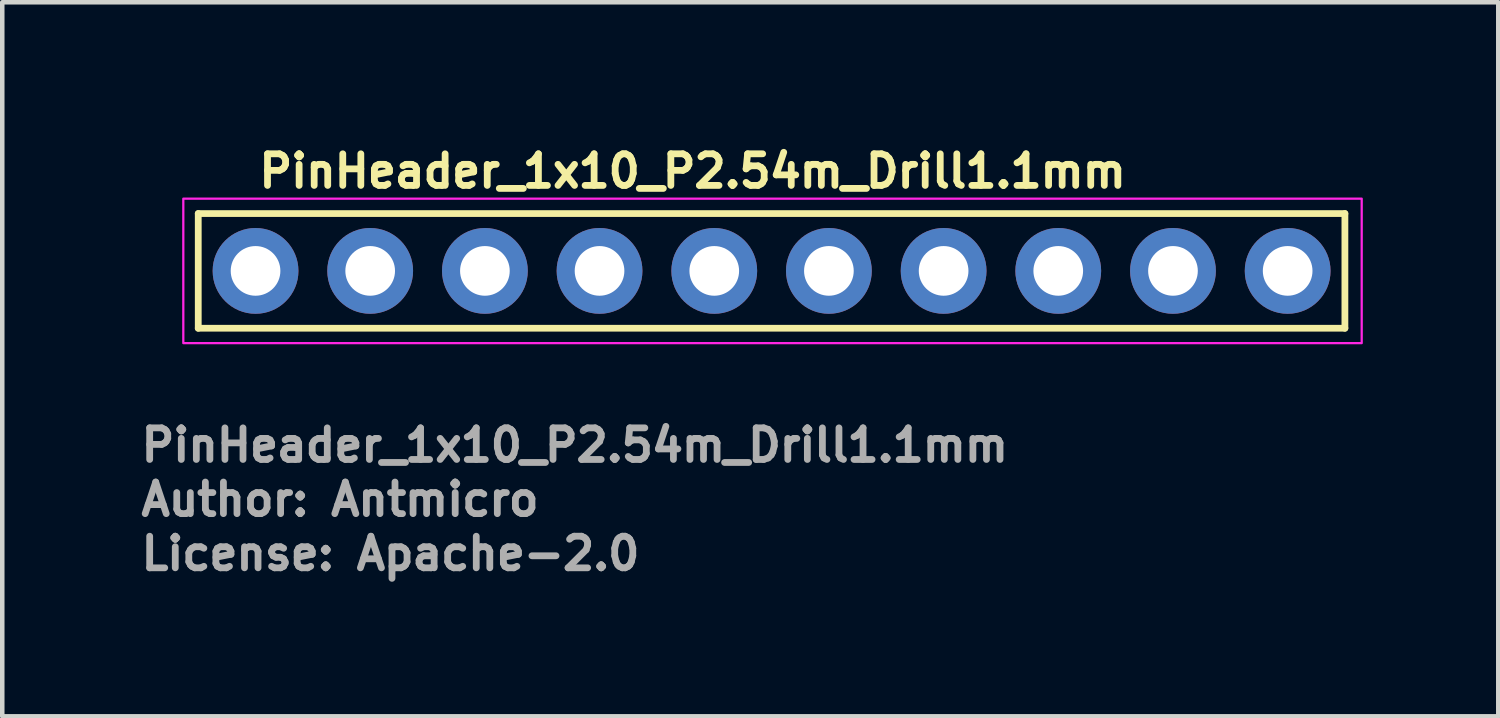
<source format=kicad_pcb>
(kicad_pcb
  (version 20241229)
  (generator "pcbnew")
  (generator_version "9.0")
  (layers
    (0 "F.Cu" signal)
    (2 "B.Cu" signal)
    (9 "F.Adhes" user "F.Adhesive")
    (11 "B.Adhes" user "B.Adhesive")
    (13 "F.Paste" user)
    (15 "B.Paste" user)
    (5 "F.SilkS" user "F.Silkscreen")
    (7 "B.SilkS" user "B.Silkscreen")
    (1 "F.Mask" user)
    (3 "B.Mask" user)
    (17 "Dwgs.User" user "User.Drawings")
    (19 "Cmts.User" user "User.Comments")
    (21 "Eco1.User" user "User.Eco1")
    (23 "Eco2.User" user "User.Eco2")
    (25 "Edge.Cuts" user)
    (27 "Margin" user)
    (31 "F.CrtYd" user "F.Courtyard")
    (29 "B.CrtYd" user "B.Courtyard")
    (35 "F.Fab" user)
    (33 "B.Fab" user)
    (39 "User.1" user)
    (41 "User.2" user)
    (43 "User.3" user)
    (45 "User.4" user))
  (footprint "PinHeader_1x10_P2.54m_Drill1.1mm"
    (layer "F.Cu")
    (at 2.61 2.95)
    (property "Reference" "PinHeader_1x10_P2.54m_Drill1.1mm" (at 0 -1.8 0) (layer "F.SilkS") (effects (font (size 0.7 0.7) (thickness 0.15)) (justify left bottom)))
    (attr through_hole)
    (fp_line (start -1.269 -1.27) (end -1.269 1.27) (stroke (width 0.15) (type solid)) (layer "F.SilkS"))
    (fp_line (start -1.269 1.27) (end 24.128 1.27) (stroke (width 0.15) (type solid)) (layer "F.SilkS"))
    (fp_line (start 24.128 -1.27) (end -1.269 -1.27) (stroke (width 0.15) (type solid)) (layer "F.SilkS"))
    (fp_line (start 24.128 1.27) (end 24.128 -1.27) (stroke (width 0.15) (type solid)) (layer "F.SilkS"))
    (fp_rect (start -1.6 -1.6) (end 24.5 1.6) (stroke (width 0.05) (type solid)) (fill no) (layer "F.CrtYd"))
    (fp_rect (start -1.269 -1.27) (end 24.128 1.27) (stroke (width 0.1) (type solid)) (fill no) (layer "User.5"))
    (fp_line (start -1.269 0.77) (end -1.269 -0.77) (stroke (width 0.02) (type solid)) (layer "User.9"))
    (fp_line (start -1.269 0.77) (end -1.019 1.27) (stroke (width 0.02) (type solid)) (layer "User.9"))
    (fp_line (start -1.019 -1.27) (end -1.269 -0.77) (stroke (width 0.02) (type solid)) (layer "User.9"))
    (fp_line (start -0.32 -0.32) (end -0.12 -0.12) (stroke (width 0.02) (type solid)) (layer "User.9"))
    (fp_line (start -0.32 -0.32) (end 0.32 -0.32) (stroke (width 0.02) (type solid)) (layer "User.9"))
    (fp_line (start -0.32 0.32) (end -0.32 -0.32) (stroke (width 0.02) (type solid)) (layer "User.9"))
    (fp_line (start -0.12 -0.12) (end -0.12 0.12) (stroke (width 0.02) (type solid)) (layer "User.9"))
    (fp_line (start -0.12 0.12) (end -0.32 0.32) (stroke (width 0.02) (type solid)) (layer "User.9"))
    (fp_line (start -0.12 0.12) (end 0.119 0.12) (stroke (width 0.02) (type solid)) (layer "User.9"))
    (fp_line (start 0.119 -0.12) (end -0.12 -0.12) (stroke (width 0.02) (type solid)) (layer "User.9"))
    (fp_line (start 0.119 -0.12) (end 0.32 -0.32) (stroke (width 0.02) (type solid)) (layer "User.9"))
    (fp_line (start 0.119 0.12) (end 0.119 -0.12) (stroke (width 0.02) (type solid)) (layer "User.9"))
    (fp_line (start 0.119 0.12) (end 0.32 0.32) (stroke (width 0.02) (type solid)) (layer "User.9"))
    (fp_line (start 0.32 -0.32) (end 0.32 0.32) (stroke (width 0.02) (type solid)) (layer "User.9"))
    (fp_line (start 0.32 0.32) (end -0.32 0.32) (stroke (width 0.02) (type solid)) (layer "User.9"))
    (fp_line (start 1.019 -1.27) (end -1.019 -1.27) (stroke (width 0.02) (type solid)) (layer "User.9"))
    (fp_line (start 1.019 1.27) (end -1.019 1.27) (stroke (width 0.02) (type solid)) (layer "User.9"))
    (fp_line (start 1.019 1.27) (end 1.269 0.77) (stroke (width 0.02) (type solid)) (layer "User.9"))
    (fp_line (start 1.269 -0.77) (end 1.019 -1.27) (stroke (width 0.02) (type solid)) (layer "User.9"))
    (fp_line (start 1.269 0.77) (end 1.519 1.27) (stroke (width 0.02) (type solid)) (layer "User.9"))
    (fp_line (start 1.519 -1.27) (end 1.269 -0.77) (stroke (width 0.02) (type solid)) (layer "User.9"))
    (fp_line (start 2.219 -0.32) (end 2.42 -0.12) (stroke (width 0.02) (type solid)) (layer "User.9"))
    (fp_line (start 2.219 -0.32) (end 2.859 -0.32) (stroke (width 0.02) (type solid)) (layer "User.9"))
    (fp_line (start 2.219 0.32) (end 2.219 -0.32) (stroke (width 0.02) (type solid)) (layer "User.9"))
    (fp_line (start 2.42 -0.12) (end 2.42 0.12) (stroke (width 0.02) (type solid)) (layer "User.9"))
    (fp_line (start 2.42 0.12) (end 2.219 0.32) (stroke (width 0.02) (type solid)) (layer "User.9"))
    (fp_line (start 2.42 0.12) (end 2.66 0.12) (stroke (width 0.02) (type solid)) (layer "User.9"))
    (fp_line (start 2.66 -0.12) (end 2.42 -0.12) (stroke (width 0.02) (type solid)) (layer "User.9"))
    (fp_line (start 2.66 -0.12) (end 2.859 -0.32) (stroke (width 0.02) (type solid)) (layer "User.9"))
    (fp_line (start 2.66 0.12) (end 2.66 -0.12) (stroke (width 0.02) (type solid)) (layer "User.9"))
    (fp_line (start 2.66 0.12) (end 2.859 0.32) (stroke (width 0.02) (type solid)) (layer "User.9"))
    (fp_line (start 2.859 -0.32) (end 2.859 0.32) (stroke (width 0.02) (type solid)) (layer "User.9"))
    (fp_line (start 2.859 0.32) (end 2.219 0.32) (stroke (width 0.02) (type solid)) (layer "User.9"))
    (fp_line (start 3.559 -1.27) (end 1.519 -1.27) (stroke (width 0.02) (type solid)) (layer "User.9"))
    (fp_line (start 3.559 1.27) (end 1.519 1.27) (stroke (width 0.02) (type solid)) (layer "User.9"))
    (fp_line (start 3.559 1.27) (end 3.809 0.77) (stroke (width 0.02) (type solid)) (layer "User.9"))
    (fp_line (start 3.809 -0.77) (end 3.559 -1.27) (stroke (width 0.02) (type solid)) (layer "User.9"))
    (fp_line (start 3.809 0.77) (end 4.059 1.27) (stroke (width 0.02) (type solid)) (layer "User.9"))
    (fp_line (start 4.059 -1.27) (end 3.809 -0.77) (stroke (width 0.02) (type solid)) (layer "User.9"))
    (fp_line (start 4.76 -0.32) (end 4.96 -0.12) (stroke (width 0.02) (type solid)) (layer "User.9"))
    (fp_line (start 4.76 -0.32) (end 5.399 -0.32) (stroke (width 0.02) (type solid)) (layer "User.9"))
    (fp_line (start 4.76 0.32) (end 4.76 -0.32) (stroke (width 0.02) (type solid)) (layer "User.9"))
    (fp_line (start 4.96 -0.12) (end 4.96 0.12) (stroke (width 0.02) (type solid)) (layer "User.9"))
    (fp_line (start 4.96 0.12) (end 4.76 0.32) (stroke (width 0.02) (type solid)) (layer "User.9"))
    (fp_line (start 4.96 0.12) (end 5.199 0.12) (stroke (width 0.02) (type solid)) (layer "User.9"))
    (fp_line (start 5.199 -0.12) (end 4.96 -0.12) (stroke (width 0.02) (type solid)) (layer "User.9"))
    (fp_line (start 5.199 -0.12) (end 5.399 -0.32) (stroke (width 0.02) (type solid)) (layer "User.9"))
    (fp_line (start 5.199 0.12) (end 5.199 -0.12) (stroke (width 0.02) (type solid)) (layer "User.9"))
    (fp_line (start 5.199 0.12) (end 5.399 0.32) (stroke (width 0.02) (type solid)) (layer "User.9"))
    (fp_line (start 5.399 -0.32) (end 5.399 0.32) (stroke (width 0.02) (type solid)) (layer "User.9"))
    (fp_line (start 5.399 0.32) (end 4.76 0.32) (stroke (width 0.02) (type solid)) (layer "User.9"))
    (fp_line (start 6.099 -1.27) (end 4.059 -1.27) (stroke (width 0.02) (type solid)) (layer "User.9"))
    (fp_line (start 6.099 1.27) (end 4.059 1.27) (stroke (width 0.02) (type solid)) (layer "User.9"))
    (fp_line (start 6.099 1.27) (end 6.349 0.77) (stroke (width 0.02) (type solid)) (layer "User.9"))
    (fp_line (start 6.349 -0.77) (end 6.099 -1.27) (stroke (width 0.02) (type solid)) (layer "User.9"))
    (fp_line (start 6.349 0.77) (end 6.599 1.27) (stroke (width 0.02) (type solid)) (layer "User.9"))
    (fp_line (start 6.599 -1.27) (end 6.349 -0.77) (stroke (width 0.02) (type solid)) (layer "User.9"))
    (fp_line (start 7.3 -0.32) (end 7.5 -0.12) (stroke (width 0.02) (type solid)) (layer "User.9"))
    (fp_line (start 7.3 -0.32) (end 7.939 -0.32) (stroke (width 0.02) (type solid)) (layer "User.9"))
    (fp_line (start 7.3 0.32) (end 7.3 -0.32) (stroke (width 0.02) (type solid)) (layer "User.9"))
    (fp_line (start 7.5 -0.12) (end 7.5 0.12) (stroke (width 0.02) (type solid)) (layer "User.9"))
    (fp_line (start 7.5 0.12) (end 7.3 0.32) (stroke (width 0.02) (type solid)) (layer "User.9"))
    (fp_line (start 7.5 0.12) (end 7.74 0.12) (stroke (width 0.02) (type solid)) (layer "User.9"))
    (fp_line (start 7.74 -0.12) (end 7.5 -0.12) (stroke (width 0.02) (type solid)) (layer "User.9"))
    (fp_line (start 7.74 -0.12) (end 7.939 -0.32) (stroke (width 0.02) (type solid)) (layer "User.9"))
    (fp_line (start 7.74 0.12) (end 7.74 -0.12) (stroke (width 0.02) (type solid)) (layer "User.9"))
    (fp_line (start 7.74 0.12) (end 7.939 0.32) (stroke (width 0.02) (type solid)) (layer "User.9"))
    (fp_line (start 7.939 -0.32) (end 7.939 0.32) (stroke (width 0.02) (type solid)) (layer "User.9"))
    (fp_line (start 7.939 0.32) (end 7.3 0.32) (stroke (width 0.02) (type solid)) (layer "User.9"))
    (fp_line (start 8.64 -1.27) (end 6.599 -1.27) (stroke (width 0.02) (type solid)) (layer "User.9"))
    (fp_line (start 8.64 1.27) (end 6.599 1.27) (stroke (width 0.02) (type solid)) (layer "User.9"))
    (fp_line (start 8.64 1.27) (end 8.89 0.77) (stroke (width 0.02) (type solid)) (layer "User.9"))
    (fp_line (start 8.89 -0.77) (end 8.64 -1.27) (stroke (width 0.02) (type solid)) (layer "User.9"))
    (fp_line (start 8.89 0.77) (end 9.14 1.27) (stroke (width 0.02) (type solid)) (layer "User.9"))
    (fp_line (start 9.14 -1.27) (end 8.89 -0.77) (stroke (width 0.02) (type solid)) (layer "User.9"))
    (fp_line (start 9.84 -0.32) (end 10.041 -0.12) (stroke (width 0.02) (type solid)) (layer "User.9"))
    (fp_line (start 9.84 -0.32) (end 10.481 -0.32) (stroke (width 0.02) (type solid)) (layer "User.9"))
    (fp_line (start 9.84 0.32) (end 9.84 -0.32) (stroke (width 0.02) (type solid)) (layer "User.9"))
    (fp_line (start 10.041 -0.12) (end 10.041 0.12) (stroke (width 0.02) (type solid)) (layer "User.9"))
    (fp_line (start 10.041 0.12) (end 9.84 0.32) (stroke (width 0.02) (type solid)) (layer "User.9"))
    (fp_line (start 10.041 0.12) (end 10.28 0.12) (stroke (width 0.02) (type solid)) (layer "User.9"))
    (fp_line (start 10.28 -0.12) (end 10.041 -0.12) (stroke (width 0.02) (type solid)) (layer "User.9"))
    (fp_line (start 10.28 -0.12) (end 10.481 -0.32) (stroke (width 0.02) (type solid)) (layer "User.9"))
    (fp_line (start 10.28 0.12) (end 10.28 -0.12) (stroke (width 0.02) (type solid)) (layer "User.9"))
    (fp_line (start 10.28 0.12) (end 10.481 0.32) (stroke (width 0.02) (type solid)) (layer "User.9"))
    (fp_line (start 10.481 -0.32) (end 10.481 0.32) (stroke (width 0.02) (type solid)) (layer "User.9"))
    (fp_line (start 10.481 0.32) (end 9.84 0.32) (stroke (width 0.02) (type solid)) (layer "User.9"))
    (fp_line (start 11.18 -1.27) (end 9.14 -1.27) (stroke (width 0.02) (type solid)) (layer "User.9"))
    (fp_line (start 11.18 1.27) (end 9.14 1.27) (stroke (width 0.02) (type solid)) (layer "User.9"))
    (fp_line (start 11.18 1.27) (end 11.43 0.77) (stroke (width 0.02) (type solid)) (layer "User.9"))
    (fp_line (start 11.43 -0.77) (end 11.18 -1.27) (stroke (width 0.02) (type solid)) (layer "User.9"))
    (fp_line (start 11.43 0.77) (end 11.68 1.27) (stroke (width 0.02) (type solid)) (layer "User.9"))
    (fp_line (start 11.68 -1.27) (end 11.43 -0.77) (stroke (width 0.02) (type solid)) (layer "User.9"))
    (fp_line (start 12.379 -0.32) (end 12.58 -0.12) (stroke (width 0.02) (type solid)) (layer "User.9"))
    (fp_line (start 12.379 -0.32) (end 13.02 -0.32) (stroke (width 0.02) (type solid)) (layer "User.9"))
    (fp_line (start 12.379 0.32) (end 12.379 -0.32) (stroke (width 0.02) (type solid)) (layer "User.9"))
    (fp_line (start 12.58 -0.12) (end 12.58 0.12) (stroke (width 0.02) (type solid)) (layer "User.9"))
    (fp_line (start 12.58 0.12) (end 12.379 0.32) (stroke (width 0.02) (type solid)) (layer "User.9"))
    (fp_line (start 12.58 0.12) (end 12.818 0.12) (stroke (width 0.02) (type solid)) (layer "User.9"))
    (fp_line (start 12.818 -0.12) (end 12.58 -0.12) (stroke (width 0.02) (type solid)) (layer "User.9"))
    (fp_line (start 12.818 -0.12) (end 13.02 -0.32) (stroke (width 0.02) (type solid)) (layer "User.9"))
    (fp_line (start 12.818 0.12) (end 12.818 -0.12) (stroke (width 0.02) (type solid)) (layer "User.9"))
    (fp_line (start 12.818 0.12) (end 13.02 0.32) (stroke (width 0.02) (type solid)) (layer "User.9"))
    (fp_line (start 13.02 -0.32) (end 13.02 0.32) (stroke (width 0.02) (type solid)) (layer "User.9"))
    (fp_line (start 13.02 0.32) (end 12.379 0.32) (stroke (width 0.02) (type solid)) (layer "User.9"))
    (fp_line (start 13.719 -1.27) (end 11.68 -1.27) (stroke (width 0.02) (type solid)) (layer "User.9"))
    (fp_line (start 13.719 1.27) (end 11.68 1.27) (stroke (width 0.02) (type solid)) (layer "User.9"))
    (fp_line (start 13.719 1.27) (end 13.969 0.77) (stroke (width 0.02) (type solid)) (layer "User.9"))
    (fp_line (start 13.969 -0.77) (end 13.719 -1.27) (stroke (width 0.02) (type solid)) (layer "User.9"))
    (fp_line (start 13.969 0.77) (end 14.219 1.27) (stroke (width 0.02) (type solid)) (layer "User.9"))
    (fp_line (start 14.219 -1.27) (end 13.969 -0.77) (stroke (width 0.02) (type solid)) (layer "User.9"))
    (fp_line (start 14.92 -0.32) (end 15.119 -0.12) (stroke (width 0.02) (type solid)) (layer "User.9"))
    (fp_line (start 14.92 -0.32) (end 15.559 -0.32) (stroke (width 0.02) (type solid)) (layer "User.9"))
    (fp_line (start 14.92 0.32) (end 14.92 -0.32) (stroke (width 0.02) (type solid)) (layer "User.9"))
    (fp_line (start 15.119 -0.12) (end 15.119 0.12) (stroke (width 0.02) (type solid)) (layer "User.9"))
    (fp_line (start 15.119 0.12) (end 14.92 0.32) (stroke (width 0.02) (type solid)) (layer "User.9"))
    (fp_line (start 15.119 0.12) (end 15.36 0.12) (stroke (width 0.02) (type solid)) (layer "User.9"))
    (fp_line (start 15.36 -0.12) (end 15.119 -0.12) (stroke (width 0.02) (type solid)) (layer "User.9"))
    (fp_line (start 15.36 -0.12) (end 15.559 -0.32) (stroke (width 0.02) (type solid)) (layer "User.9"))
    (fp_line (start 15.36 0.12) (end 15.36 -0.12) (stroke (width 0.02) (type solid)) (layer "User.9"))
    (fp_line (start 15.36 0.12) (end 15.559 0.32) (stroke (width 0.02) (type solid)) (layer "User.9"))
    (fp_line (start 15.559 -0.32) (end 15.559 0.32) (stroke (width 0.02) (type solid)) (layer "User.9"))
    (fp_line (start 15.559 0.32) (end 14.92 0.32) (stroke (width 0.02) (type solid)) (layer "User.9"))
    (fp_line (start 16.259 -1.27) (end 14.219 -1.27) (stroke (width 0.02) (type solid)) (layer "User.9"))
    (fp_line (start 16.259 1.27) (end 14.219 1.27) (stroke (width 0.02) (type solid)) (layer "User.9"))
    (fp_line (start 16.259 1.27) (end 16.509 0.77) (stroke (width 0.02) (type solid)) (layer "User.9"))
    (fp_line (start 16.509 -0.77) (end 16.259 -1.27) (stroke (width 0.02) (type solid)) (layer "User.9"))
    (fp_line (start 16.509 0.77) (end 16.759 1.27) (stroke (width 0.02) (type solid)) (layer "User.9"))
    (fp_line (start 16.759 -1.27) (end 16.509 -0.77) (stroke (width 0.02) (type solid)) (layer "User.9"))
    (fp_line (start 17.46 -0.32) (end 17.66 -0.12) (stroke (width 0.02) (type solid)) (layer "User.9"))
    (fp_line (start 17.46 -0.32) (end 18.1 -0.32) (stroke (width 0.02) (type solid)) (layer "User.9"))
    (fp_line (start 17.46 0.32) (end 17.46 -0.32) (stroke (width 0.02) (type solid)) (layer "User.9"))
    (fp_line (start 17.66 -0.12) (end 17.66 0.12) (stroke (width 0.02) (type solid)) (layer "User.9"))
    (fp_line (start 17.66 0.12) (end 17.46 0.32) (stroke (width 0.02) (type solid)) (layer "User.9"))
    (fp_line (start 17.66 0.12) (end 17.9 0.12) (stroke (width 0.02) (type solid)) (layer "User.9"))
    (fp_line (start 17.9 -0.12) (end 17.66 -0.12) (stroke (width 0.02) (type solid)) (layer "User.9"))
    (fp_line (start 17.9 -0.12) (end 18.1 -0.32) (stroke (width 0.02) (type solid)) (layer "User.9"))
    (fp_line (start 17.9 0.12) (end 17.9 -0.12) (stroke (width 0.02) (type solid)) (layer "User.9"))
    (fp_line (start 17.9 0.12) (end 18.1 0.32) (stroke (width 0.02) (type solid)) (layer "User.9"))
    (fp_line (start 18.1 -0.32) (end 18.1 0.32) (stroke (width 0.02) (type solid)) (layer "User.9"))
    (fp_line (start 18.1 0.32) (end 17.46 0.32) (stroke (width 0.02) (type solid)) (layer "User.9"))
    (fp_line (start 18.8 -1.27) (end 16.759 -1.27) (stroke (width 0.02) (type solid)) (layer "User.9"))
    (fp_line (start 18.8 1.27) (end 16.759 1.27) (stroke (width 0.02) (type solid)) (layer "User.9"))
    (fp_line (start 18.8 1.27) (end 19.05 0.77) (stroke (width 0.02) (type solid)) (layer "User.9"))
    (fp_line (start 19.05 -0.77) (end 18.8 -1.27) (stroke (width 0.02) (type solid)) (layer "User.9"))
    (fp_line (start 19.05 0.77) (end 19.3 1.27) (stroke (width 0.02) (type solid)) (layer "User.9"))
    (fp_line (start 19.3 -1.27) (end 19.05 -0.77) (stroke (width 0.02) (type solid)) (layer "User.9"))
    (fp_line (start 20 -0.32) (end 20.2 -0.12) (stroke (width 0.02) (type solid)) (layer "User.9"))
    (fp_line (start 20 -0.32) (end 20.64 -0.32) (stroke (width 0.02) (type solid)) (layer "User.9"))
    (fp_line (start 20 0.32) (end 20 -0.32) (stroke (width 0.02) (type solid)) (layer "User.9"))
    (fp_line (start 20.2 -0.12) (end 20.2 0.12) (stroke (width 0.02) (type solid)) (layer "User.9"))
    (fp_line (start 20.2 0.12) (end 20 0.32) (stroke (width 0.02) (type solid)) (layer "User.9"))
    (fp_line (start 20.2 0.12) (end 20.439 0.12) (stroke (width 0.02) (type solid)) (layer "User.9"))
    (fp_line (start 20.439 -0.12) (end 20.2 -0.12) (stroke (width 0.02) (type solid)) (layer "User.9"))
    (fp_line (start 20.439 -0.12) (end 20.64 -0.32) (stroke (width 0.02) (type solid)) (layer "User.9"))
    (fp_line (start 20.439 0.12) (end 20.439 -0.12) (stroke (width 0.02) (type solid)) (layer "User.9"))
    (fp_line (start 20.439 0.12) (end 20.64 0.32) (stroke (width 0.02) (type solid)) (layer "User.9"))
    (fp_line (start 20.64 -0.32) (end 20.64 0.32) (stroke (width 0.02) (type solid)) (layer "User.9"))
    (fp_line (start 20.64 0.32) (end 20 0.32) (stroke (width 0.02) (type solid)) (layer "User.9"))
    (fp_line (start 21.34 -1.27) (end 19.3 -1.27) (stroke (width 0.02) (type solid)) (layer "User.9"))
    (fp_line (start 21.34 1.27) (end 19.3 1.27) (stroke (width 0.02) (type solid)) (layer "User.9"))
    (fp_line (start 21.34 1.27) (end 21.59 0.77) (stroke (width 0.02) (type solid)) (layer "User.9"))
    (fp_line (start 21.59 -0.77) (end 21.34 -1.27) (stroke (width 0.02) (type solid)) (layer "User.9"))
    (fp_line (start 21.59 0.77) (end 21.84 1.27) (stroke (width 0.02) (type solid)) (layer "User.9"))
    (fp_line (start 21.84 -1.27) (end 21.59 -0.77) (stroke (width 0.02) (type solid)) (layer "User.9"))
    (fp_line (start 22.54 -0.32) (end 22.74 -0.12) (stroke (width 0.02) (type solid)) (layer "User.9"))
    (fp_line (start 22.54 -0.32) (end 23.18 -0.32) (stroke (width 0.02) (type solid)) (layer "User.9"))
    (fp_line (start 22.54 0.32) (end 22.54 -0.32) (stroke (width 0.02) (type solid)) (layer "User.9"))
    (fp_line (start 22.74 -0.12) (end 22.74 0.12) (stroke (width 0.02) (type solid)) (layer "User.9"))
    (fp_line (start 22.74 0.12) (end 22.54 0.32) (stroke (width 0.02) (type solid)) (layer "User.9"))
    (fp_line (start 22.74 0.12) (end 22.98 0.12) (stroke (width 0.02) (type solid)) (layer "User.9"))
    (fp_line (start 22.98 -0.12) (end 22.74 -0.12) (stroke (width 0.02) (type solid)) (layer "User.9"))
    (fp_line (start 22.98 -0.12) (end 23.18 -0.32) (stroke (width 0.02) (type solid)) (layer "User.9"))
    (fp_line (start 22.98 0.12) (end 22.98 -0.12) (stroke (width 0.02) (type solid)) (layer "User.9"))
    (fp_line (start 22.98 0.12) (end 23.18 0.32) (stroke (width 0.02) (type solid)) (layer "User.9"))
    (fp_line (start 23.18 -0.32) (end 23.18 0.32) (stroke (width 0.02) (type solid)) (layer "User.9"))
    (fp_line (start 23.18 0.32) (end 22.54 0.32) (stroke (width 0.02) (type solid)) (layer "User.9"))
    (fp_line (start 23.878 -1.27) (end 21.84 -1.27) (stroke (width 0.02) (type solid)) (layer "User.9"))
    (fp_line (start 23.878 1.27) (end 21.84 1.27) (stroke (width 0.02) (type solid)) (layer "User.9"))
    (fp_line (start 23.878 1.27) (end 24.128 0.77) (stroke (width 0.02) (type solid)) (layer "User.9"))
    (fp_line (start 24.128 -0.77) (end 23.878 -1.27) (stroke (width 0.02) (type solid)) (layer "User.9"))
    (fp_line (start 24.128 0.77) (end 24.128 -0.77) (stroke (width 0.02) (type solid)) (layer "User.9"))
    (fp_text user "License: Apache-2.0" (at -2.61 6.67 0) (layer "F.Fab") (effects (font (size 0.7 0.7) (thickness 0.15)) (justify left bottom)))
    (fp_text user "Author: Antmicro" (at -2.61 5.47 0) (layer "F.Fab") (effects (font (size 0.7 0.7) (thickness 0.15)) (justify left bottom)))
    (fp_text user "${REFERENCE}" (at -2.61 4.27 0) (layer "F.Fab") (effects (font (size 0.7 0.7) (thickness 0.15)) (justify left bottom)))
    (pad "1" thru_hole circle (at 0 0) (size 1.9 1.9) (drill 1.1) (layers "*.Cu" "*.Mask"))
    (pad "2" thru_hole circle (at 2.539 0) (size 1.9 1.9) (drill 1.1) (layers "*.Cu" "*.Mask"))
    (pad "3" thru_hole circle (at 5.08 0) (size 1.9 1.9) (drill 1.1) (layers "*.Cu" "*.Mask"))
    (pad "4" thru_hole circle (at 7.619 0) (size 1.9 1.9) (drill 1.1) (layers "*.Cu" "*.Mask"))
    (pad "5" thru_hole circle (at 10.16 0) (size 1.9 1.9) (drill 1.1) (layers "*.Cu" "*.Mask"))
    (pad "6" thru_hole circle (at 12.699 0) (size 1.9 1.9) (drill 1.1) (layers "*.Cu" "*.Mask"))
    (pad "7" thru_hole circle (at 15.24 0) (size 1.9 1.9) (drill 1.1) (layers "*.Cu" "*.Mask"))
    (pad "8" thru_hole circle (at 17.779 0) (size 1.9 1.9) (drill 1.1) (layers "*.Cu" "*.Mask"))
    (pad "9" thru_hole circle (at 20.32 0 180) (size 1.9 1.9) (drill 1.1) (layers "*.Cu" "*.Mask"))
    (pad "10" thru_hole circle (at 22.86 0 180) (size 1.9 1.9) (drill 1.1) (layers "*.Cu" "*.Mask")))
  (gr_rect
    (start -3 -3)
    (end 30.135 12.816)
    (stroke (width 0.1) (type default))
    (fill no)
    (layer "Edge.Cuts")))
</source>
